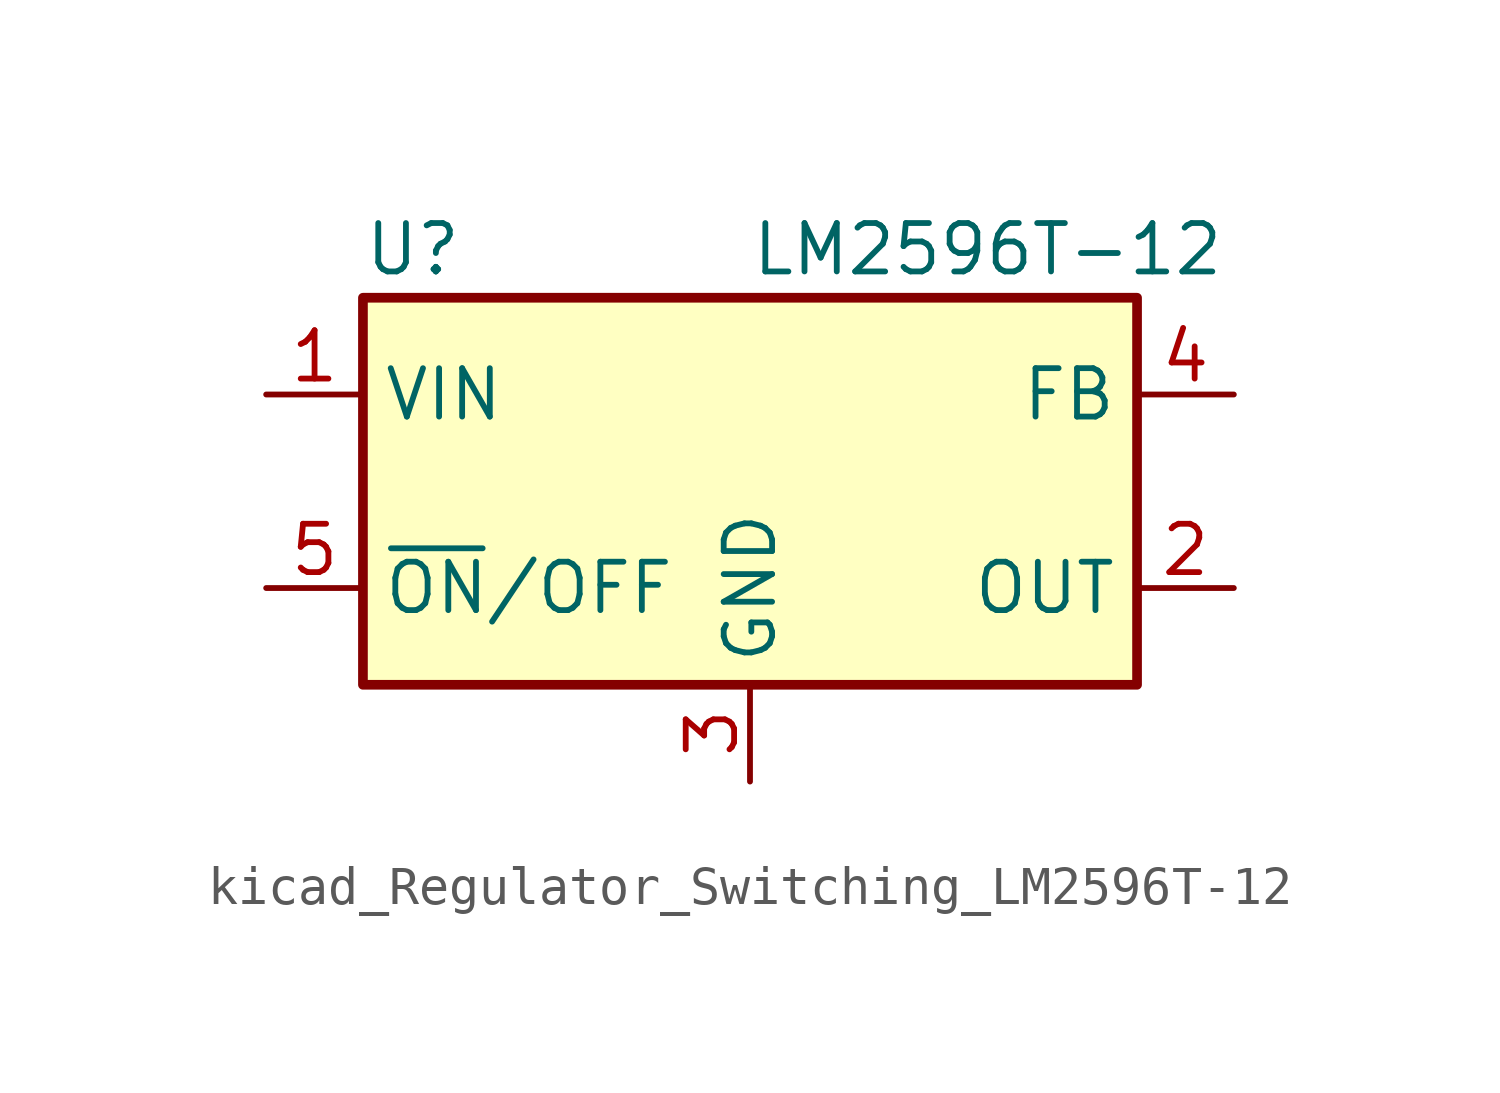
<source format=kicad_sym>
(kicad_symbol_lib
  (version 20220914)
  (generator kicad_symbol_editor)
  (symbol "kicad_Regulator_Switching_LM2596T-12"
    (property "Reference" "U"
      (at -10.16 6.35 0)
      (effects (font (size 1.27 1.27)) (justify left)))
    (property "Value" "LM2596T-12"
      (at 0 6.35 0)
      (effects (font (size 1.27 1.27)) (justify left)))
    (symbol "kicad_Regulator_Switching_LM2596T-12_0_1"
      (rectangle (start -10.16 5.08) (end 10.16 -5.08) (stroke (width 0.254) (type default)) (fill (type background))))
    (symbol "kicad_Regulator_Switching_LM2596T-12_1_1"
      (pin power_in line (at -12.7 2.54 0) (length 2.54) (name "VIN" (effects (font (size 1.27 1.27)))) (number "1" (effects (font (size 1.27 1.27)))))
      (pin output line (at 12.7 -2.54 180) (length 2.54) (name "OUT" (effects (font (size 1.27 1.27)))) (number "2" (effects (font (size 1.27 1.27)))))
      (pin power_in line (at 0 -7.62 90) (length 2.54) (name "GND" (effects (font (size 1.27 1.27)))) (number "3" (effects (font (size 1.27 1.27)))))
      (pin input line (at 12.7 2.54 180) (length 2.54) (name "FB" (effects (font (size 1.27 1.27)))) (number "4" (effects (font (size 1.27 1.27)))))
      (pin input line (at -12.7 -2.54 0) (length 2.54) (name "~{ON}/OFF" (effects (font (size 1.27 1.27)))) (number "5" (effects (font (size 1.27 1.27))))))))
</source>
